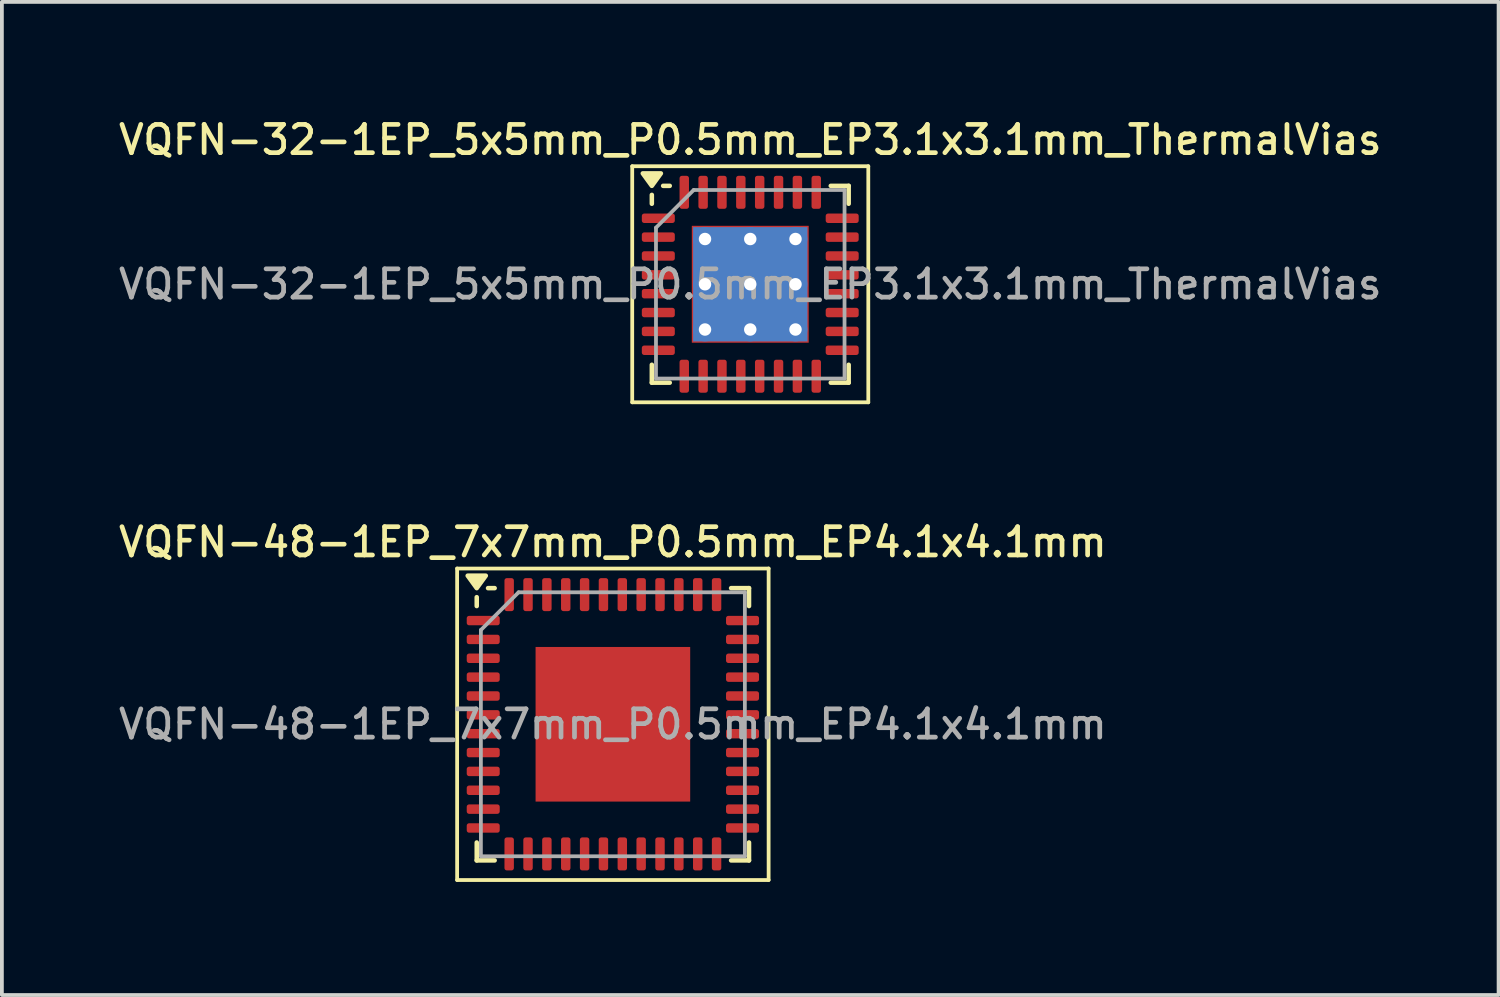
<source format=kicad_pcb>
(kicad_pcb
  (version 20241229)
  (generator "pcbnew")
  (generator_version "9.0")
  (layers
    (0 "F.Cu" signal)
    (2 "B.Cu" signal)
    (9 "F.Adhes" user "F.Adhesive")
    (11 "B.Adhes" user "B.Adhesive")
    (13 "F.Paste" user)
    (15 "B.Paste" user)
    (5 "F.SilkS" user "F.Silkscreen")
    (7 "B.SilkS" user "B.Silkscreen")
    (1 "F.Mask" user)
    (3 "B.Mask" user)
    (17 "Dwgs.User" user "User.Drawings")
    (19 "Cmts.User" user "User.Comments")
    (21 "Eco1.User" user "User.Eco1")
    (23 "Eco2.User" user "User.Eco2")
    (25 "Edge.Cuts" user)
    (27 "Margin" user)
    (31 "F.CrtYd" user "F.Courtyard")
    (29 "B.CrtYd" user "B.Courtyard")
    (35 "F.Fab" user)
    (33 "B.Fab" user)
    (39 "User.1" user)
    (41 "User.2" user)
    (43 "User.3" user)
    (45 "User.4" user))
  (footprint "VQFN-32-1EP_5x5mm_P0.5mm_EP3.1x3.1mm_ThermalVias"
    (layer "F.Cu")
    (at 16.845 4.488)
    (property "Reference" "VQFN-32-1EP_5x5mm_P0.5mm_EP3.1x3.1mm_ThermalVias" (at 0 -3.83 0) (layer "F.SilkS") (effects (font (size 0.75 0.75) (thickness 0.125))))
    (attr smd)
    (fp_line (start -3.13 -3.13) (end -3.13 3.13) (stroke (width 0.1) (type solid)) (layer "F.SilkS"))
    (fp_line (start -3.13 3.13) (end 3.13 3.13) (stroke (width 0.1) (type solid)) (layer "F.SilkS"))
    (fp_line (start -2.61 -2.135) (end -2.61 -2.37) (stroke (width 0.12) (type solid)) (layer "F.SilkS"))
    (fp_line (start -2.61 2.61) (end -2.61 2.135) (stroke (width 0.12) (type solid)) (layer "F.SilkS"))
    (fp_line (start -2.135 -2.61) (end -2.31 -2.61) (stroke (width 0.12) (type solid)) (layer "F.SilkS"))
    (fp_line (start -2.135 2.61) (end -2.61 2.61) (stroke (width 0.12) (type solid)) (layer "F.SilkS"))
    (fp_line (start 2.135 -2.61) (end 2.61 -2.61) (stroke (width 0.12) (type solid)) (layer "F.SilkS"))
    (fp_line (start 2.135 2.61) (end 2.61 2.61) (stroke (width 0.12) (type solid)) (layer "F.SilkS"))
    (fp_line (start 2.61 -2.61) (end 2.61 -2.135) (stroke (width 0.12) (type solid)) (layer "F.SilkS"))
    (fp_line (start 2.61 2.61) (end 2.61 2.135) (stroke (width 0.12) (type solid)) (layer "F.SilkS"))
    (fp_line (start 3.13 -3.13) (end -3.13 -3.13) (stroke (width 0.1) (type solid)) (layer "F.SilkS"))
    (fp_line (start 3.13 3.13) (end 3.13 -3.13) (stroke (width 0.1) (type solid)) (layer "F.SilkS"))
    (fp_poly (pts (xy -2.61 -2.61) (xy -2.85 -2.94) (xy -2.37 -2.94) (xy -2.61 -2.61)) (stroke (width 0.12) (type solid)) (fill yes) (layer "F.SilkS"))
    (fp_line (start -2.5 -1.5) (end -1.5 -2.5) (stroke (width 0.1) (type solid)) (layer "F.Fab"))
    (fp_line (start -2.5 2.5) (end -2.5 -1.5) (stroke (width 0.1) (type solid)) (layer "F.Fab"))
    (fp_line (start -1.5 -2.5) (end 2.5 -2.5) (stroke (width 0.1) (type solid)) (layer "F.Fab"))
    (fp_line (start 2.5 -2.5) (end 2.5 2.5) (stroke (width 0.1) (type solid)) (layer "F.Fab"))
    (fp_line (start 2.5 2.5) (end -2.5 2.5) (stroke (width 0.1) (type solid)) (layer "F.Fab"))
    (fp_text user "${REFERENCE}" (at 0 0 0) (layer "F.Fab") (effects (font (size 0.75 0.75) (thickness 0.125))))
    (pad "" smd roundrect (at -0.775 -0.775) (size 1.3 1.3) (layers "F.Paste") (roundrect_rratio 0.192))
    (pad "" smd roundrect (at -0.775 0.775) (size 1.3 1.3) (layers "F.Paste") (roundrect_rratio 0.192))
    (pad "" smd roundrect (at 0.775 -0.775) (size 1.3 1.3) (layers "F.Paste") (roundrect_rratio 0.192))
    (pad "" smd roundrect (at 0.775 0.775) (size 1.3 1.3) (layers "F.Paste") (roundrect_rratio 0.192))
    (pad "1" smd roundrect (at -2.438 -1.75) (size 0.875 0.25) (layers "F.Cu" "F.Mask" "F.Paste") (roundrect_rratio 0.25))
    (pad "2" smd roundrect (at -2.438 -1.25) (size 0.875 0.25) (layers "F.Cu" "F.Mask" "F.Paste") (roundrect_rratio 0.25))
    (pad "3" smd roundrect (at -2.438 -0.75) (size 0.875 0.25) (layers "F.Cu" "F.Mask" "F.Paste") (roundrect_rratio 0.25))
    (pad "4" smd roundrect (at -2.438 -0.25) (size 0.875 0.25) (layers "F.Cu" "F.Mask" "F.Paste") (roundrect_rratio 0.25))
    (pad "5" smd roundrect (at -2.438 0.25) (size 0.875 0.25) (layers "F.Cu" "F.Mask" "F.Paste") (roundrect_rratio 0.25))
    (pad "6" smd roundrect (at -2.438 0.75) (size 0.875 0.25) (layers "F.Cu" "F.Mask" "F.Paste") (roundrect_rratio 0.25))
    (pad "7" smd roundrect (at -2.438 1.25) (size 0.875 0.25) (layers "F.Cu" "F.Mask" "F.Paste") (roundrect_rratio 0.25))
    (pad "8" smd roundrect (at -2.438 1.75) (size 0.875 0.25) (layers "F.Cu" "F.Mask" "F.Paste") (roundrect_rratio 0.25))
    (pad "9" smd roundrect (at -1.75 2.438) (size 0.25 0.875) (layers "F.Cu" "F.Mask" "F.Paste") (roundrect_rratio 0.25))
    (pad "10" smd roundrect (at -1.25 2.438) (size 0.25 0.875) (layers "F.Cu" "F.Mask" "F.Paste") (roundrect_rratio 0.25))
    (pad "11" smd roundrect (at -0.75 2.438) (size 0.25 0.875) (layers "F.Cu" "F.Mask" "F.Paste") (roundrect_rratio 0.25))
    (pad "12" smd roundrect (at -0.25 2.438) (size 0.25 0.875) (layers "F.Cu" "F.Mask" "F.Paste") (roundrect_rratio 0.25))
    (pad "13" smd roundrect (at 0.25 2.438) (size 0.25 0.875) (layers "F.Cu" "F.Mask" "F.Paste") (roundrect_rratio 0.25))
    (pad "14" smd roundrect (at 0.75 2.438) (size 0.25 0.875) (layers "F.Cu" "F.Mask" "F.Paste") (roundrect_rratio 0.25))
    (pad "15" smd roundrect (at 1.25 2.438) (size 0.25 0.875) (layers "F.Cu" "F.Mask" "F.Paste") (roundrect_rratio 0.25))
    (pad "16" smd roundrect (at 1.75 2.438) (size 0.25 0.875) (layers "F.Cu" "F.Mask" "F.Paste") (roundrect_rratio 0.25))
    (pad "17" smd roundrect (at 2.438 1.75) (size 0.875 0.25) (layers "F.Cu" "F.Mask" "F.Paste") (roundrect_rratio 0.25))
    (pad "18" smd roundrect (at 2.438 1.25) (size 0.875 0.25) (layers "F.Cu" "F.Mask" "F.Paste") (roundrect_rratio 0.25))
    (pad "19" smd roundrect (at 2.438 0.75) (size 0.875 0.25) (layers "F.Cu" "F.Mask" "F.Paste") (roundrect_rratio 0.25))
    (pad "20" smd roundrect (at 2.438 0.25) (size 0.875 0.25) (layers "F.Cu" "F.Mask" "F.Paste") (roundrect_rratio 0.25))
    (pad "21" smd roundrect (at 2.438 -0.25) (size 0.875 0.25) (layers "F.Cu" "F.Mask" "F.Paste") (roundrect_rratio 0.25))
    (pad "22" smd roundrect (at 2.438 -0.75) (size 0.875 0.25) (layers "F.Cu" "F.Mask" "F.Paste") (roundrect_rratio 0.25))
    (pad "23" smd roundrect (at 2.438 -1.25) (size 0.875 0.25) (layers "F.Cu" "F.Mask" "F.Paste") (roundrect_rratio 0.25))
    (pad "24" smd roundrect (at 2.438 -1.75) (size 0.875 0.25) (layers "F.Cu" "F.Mask" "F.Paste") (roundrect_rratio 0.25))
    (pad "25" smd roundrect (at 1.75 -2.438) (size 0.25 0.875) (layers "F.Cu" "F.Mask" "F.Paste") (roundrect_rratio 0.25))
    (pad "26" smd roundrect (at 1.25 -2.438) (size 0.25 0.875) (layers "F.Cu" "F.Mask" "F.Paste") (roundrect_rratio 0.25))
    (pad "27" smd roundrect (at 0.75 -2.438) (size 0.25 0.875) (layers "F.Cu" "F.Mask" "F.Paste") (roundrect_rratio 0.25))
    (pad "28" smd roundrect (at 0.25 -2.438) (size 0.25 0.875) (layers "F.Cu" "F.Mask" "F.Paste") (roundrect_rratio 0.25))
    (pad "29" smd roundrect (at -0.25 -2.438) (size 0.25 0.875) (layers "F.Cu" "F.Mask" "F.Paste") (roundrect_rratio 0.25))
    (pad "30" smd roundrect (at -0.75 -2.438) (size 0.25 0.875) (layers "F.Cu" "F.Mask" "F.Paste") (roundrect_rratio 0.25))
    (pad "31" smd roundrect (at -1.25 -2.438) (size 0.25 0.875) (layers "F.Cu" "F.Mask" "F.Paste") (roundrect_rratio 0.25))
    (pad "32" smd roundrect (at -1.75 -2.438) (size 0.25 0.875) (layers "F.Cu" "F.Mask" "F.Paste") (roundrect_rratio 0.25))
    (pad "33" thru_hole circle (at -1.2 -1.2) (size 0.63 0.63) (drill 0.33) (property pad_prop_heatsink) (layers "*.Cu"))
    (pad "33" thru_hole circle (at -1.2 0) (size 0.63 0.63) (drill 0.33) (property pad_prop_heatsink) (layers "*.Cu"))
    (pad "33" thru_hole circle (at -1.2 1.2) (size 0.63 0.63) (drill 0.33) (property pad_prop_heatsink) (layers "*.Cu"))
    (pad "33" thru_hole circle (at 0 -1.2) (size 0.63 0.63) (drill 0.33) (property pad_prop_heatsink) (layers "*.Cu"))
    (pad "33" thru_hole circle (at 0 0) (size 0.63 0.63) (drill 0.33) (property pad_prop_heatsink) (layers "*.Cu"))
    (pad "33" smd rect (at 0 0) (size 3.03 3.03) (property pad_prop_heatsink) (layers "B.Cu"))
    (pad "33" smd rect (at 0 0) (size 3.1 3.1) (property pad_prop_heatsink) (layers "F.Cu" "F.Mask"))
    (pad "33" thru_hole circle (at 0 1.2) (size 0.63 0.63) (drill 0.33) (property pad_prop_heatsink) (layers "*.Cu"))
    (pad "33" thru_hole circle (at 1.2 -1.2) (size 0.63 0.63) (drill 0.33) (property pad_prop_heatsink) (layers "*.Cu"))
    (pad "33" thru_hole circle (at 1.2 0) (size 0.63 0.63) (drill 0.33) (property pad_prop_heatsink) (layers "*.Cu"))
    (pad "33" thru_hole circle (at 1.2 1.2) (size 0.63 0.63) (drill 0.33) (property pad_prop_heatsink) (layers "*.Cu")))
  (footprint "VQFN-48-1EP_7x7mm_P0.5mm_EP4.1x4.1mm"
    (layer "F.Cu")
    (at 13.202 16.156)
    (property "Reference" "VQFN-48-1EP_7x7mm_P0.5mm_EP4.1x4.1mm" (at 0 -4.83 0) (layer "F.SilkS") (effects (font (size 0.75 0.75) (thickness 0.125))))
    (attr smd)
    (fp_line (start -4.13 -4.13) (end -4.13 4.13) (stroke (width 0.1) (type solid)) (layer "F.SilkS"))
    (fp_line (start -4.13 4.13) (end 4.13 4.13) (stroke (width 0.1) (type solid)) (layer "F.SilkS"))
    (fp_line (start -3.61 -3.135) (end -3.61 -3.37) (stroke (width 0.12) (type solid)) (layer "F.SilkS"))
    (fp_line (start -3.61 3.61) (end -3.61 3.135) (stroke (width 0.12) (type solid)) (layer "F.SilkS"))
    (fp_line (start -3.135 -3.61) (end -3.31 -3.61) (stroke (width 0.12) (type solid)) (layer "F.SilkS"))
    (fp_line (start -3.135 3.61) (end -3.61 3.61) (stroke (width 0.12) (type solid)) (layer "F.SilkS"))
    (fp_line (start 3.135 -3.61) (end 3.61 -3.61) (stroke (width 0.12) (type solid)) (layer "F.SilkS"))
    (fp_line (start 3.135 3.61) (end 3.61 3.61) (stroke (width 0.12) (type solid)) (layer "F.SilkS"))
    (fp_line (start 3.61 -3.61) (end 3.61 -3.135) (stroke (width 0.12) (type solid)) (layer "F.SilkS"))
    (fp_line (start 3.61 3.61) (end 3.61 3.135) (stroke (width 0.12) (type solid)) (layer "F.SilkS"))
    (fp_line (start 4.13 -4.13) (end -4.13 -4.13) (stroke (width 0.1) (type solid)) (layer "F.SilkS"))
    (fp_line (start 4.13 4.13) (end 4.13 -4.13) (stroke (width 0.1) (type solid)) (layer "F.SilkS"))
    (fp_poly (pts (xy -3.61 -3.61) (xy -3.85 -3.94) (xy -3.37 -3.94) (xy -3.61 -3.61)) (stroke (width 0.12) (type solid)) (fill yes) (layer "F.SilkS"))
    (fp_line (start -3.5 -2.5) (end -2.5 -3.5) (stroke (width 0.1) (type solid)) (layer "F.Fab"))
    (fp_line (start -3.5 3.5) (end -3.5 -2.5) (stroke (width 0.1) (type solid)) (layer "F.Fab"))
    (fp_line (start -2.5 -3.5) (end 3.5 -3.5) (stroke (width 0.1) (type solid)) (layer "F.Fab"))
    (fp_line (start 3.5 -3.5) (end 3.5 3.5) (stroke (width 0.1) (type solid)) (layer "F.Fab"))
    (fp_line (start 3.5 3.5) (end -3.5 3.5) (stroke (width 0.1) (type solid)) (layer "F.Fab"))
    (fp_text user "${REFERENCE}" (at 0 0 0) (layer "F.Fab") (effects (font (size 0.75 0.75) (thickness 0.125))))
    (pad "" smd roundrect (at -1.37 -1.37) (size 1.1 1.1) (layers "F.Paste") (roundrect_rratio 0.227))
    (pad "" smd roundrect (at -1.37 0) (size 1.1 1.1) (layers "F.Paste") (roundrect_rratio 0.227))
    (pad "" smd roundrect (at -1.37 1.37) (size 1.1 1.1) (layers "F.Paste") (roundrect_rratio 0.227))
    (pad "" smd roundrect (at 0 -1.37) (size 1.1 1.1) (layers "F.Paste") (roundrect_rratio 0.227))
    (pad "" smd roundrect (at 0 0) (size 1.1 1.1) (layers "F.Paste") (roundrect_rratio 0.227))
    (pad "" smd roundrect (at 0 1.37) (size 1.1 1.1) (layers "F.Paste") (roundrect_rratio 0.227))
    (pad "" smd roundrect (at 1.37 -1.37) (size 1.1 1.1) (layers "F.Paste") (roundrect_rratio 0.227))
    (pad "" smd roundrect (at 1.37 0) (size 1.1 1.1) (layers "F.Paste") (roundrect_rratio 0.227))
    (pad "" smd roundrect (at 1.37 1.37) (size 1.1 1.1) (layers "F.Paste") (roundrect_rratio 0.227))
    (pad "1" smd roundrect (at -3.438 -2.75) (size 0.875 0.25) (layers "F.Cu" "F.Mask" "F.Paste") (roundrect_rratio 0.25))
    (pad "2" smd roundrect (at -3.438 -2.25) (size 0.875 0.25) (layers "F.Cu" "F.Mask" "F.Paste") (roundrect_rratio 0.25))
    (pad "3" smd roundrect (at -3.438 -1.75) (size 0.875 0.25) (layers "F.Cu" "F.Mask" "F.Paste") (roundrect_rratio 0.25))
    (pad "4" smd roundrect (at -3.438 -1.25) (size 0.875 0.25) (layers "F.Cu" "F.Mask" "F.Paste") (roundrect_rratio 0.25))
    (pad "5" smd roundrect (at -3.438 -0.75) (size 0.875 0.25) (layers "F.Cu" "F.Mask" "F.Paste") (roundrect_rratio 0.25))
    (pad "6" smd roundrect (at -3.438 -0.25) (size 0.875 0.25) (layers "F.Cu" "F.Mask" "F.Paste") (roundrect_rratio 0.25))
    (pad "7" smd roundrect (at -3.438 0.25) (size 0.875 0.25) (layers "F.Cu" "F.Mask" "F.Paste") (roundrect_rratio 0.25))
    (pad "8" smd roundrect (at -3.438 0.75) (size 0.875 0.25) (layers "F.Cu" "F.Mask" "F.Paste") (roundrect_rratio 0.25))
    (pad "9" smd roundrect (at -3.438 1.25) (size 0.875 0.25) (layers "F.Cu" "F.Mask" "F.Paste") (roundrect_rratio 0.25))
    (pad "10" smd roundrect (at -3.438 1.75) (size 0.875 0.25) (layers "F.Cu" "F.Mask" "F.Paste") (roundrect_rratio 0.25))
    (pad "11" smd roundrect (at -3.438 2.25) (size 0.875 0.25) (layers "F.Cu" "F.Mask" "F.Paste") (roundrect_rratio 0.25))
    (pad "12" smd roundrect (at -3.438 2.75) (size 0.875 0.25) (layers "F.Cu" "F.Mask" "F.Paste") (roundrect_rratio 0.25))
    (pad "13" smd roundrect (at -2.75 3.438) (size 0.25 0.875) (layers "F.Cu" "F.Mask" "F.Paste") (roundrect_rratio 0.25))
    (pad "14" smd roundrect (at -2.25 3.438) (size 0.25 0.875) (layers "F.Cu" "F.Mask" "F.Paste") (roundrect_rratio 0.25))
    (pad "15" smd roundrect (at -1.75 3.438) (size 0.25 0.875) (layers "F.Cu" "F.Mask" "F.Paste") (roundrect_rratio 0.25))
    (pad "16" smd roundrect (at -1.25 3.438) (size 0.25 0.875) (layers "F.Cu" "F.Mask" "F.Paste") (roundrect_rratio 0.25))
    (pad "17" smd roundrect (at -0.75 3.438) (size 0.25 0.875) (layers "F.Cu" "F.Mask" "F.Paste") (roundrect_rratio 0.25))
    (pad "18" smd roundrect (at -0.25 3.438) (size 0.25 0.875) (layers "F.Cu" "F.Mask" "F.Paste") (roundrect_rratio 0.25))
    (pad "19" smd roundrect (at 0.25 3.438) (size 0.25 0.875) (layers "F.Cu" "F.Mask" "F.Paste") (roundrect_rratio 0.25))
    (pad "20" smd roundrect (at 0.75 3.438) (size 0.25 0.875) (layers "F.Cu" "F.Mask" "F.Paste") (roundrect_rratio 0.25))
    (pad "21" smd roundrect (at 1.25 3.438) (size 0.25 0.875) (layers "F.Cu" "F.Mask" "F.Paste") (roundrect_rratio 0.25))
    (pad "22" smd roundrect (at 1.75 3.438) (size 0.25 0.875) (layers "F.Cu" "F.Mask" "F.Paste") (roundrect_rratio 0.25))
    (pad "23" smd roundrect (at 2.25 3.438) (size 0.25 0.875) (layers "F.Cu" "F.Mask" "F.Paste") (roundrect_rratio 0.25))
    (pad "24" smd roundrect (at 2.75 3.438) (size 0.25 0.875) (layers "F.Cu" "F.Mask" "F.Paste") (roundrect_rratio 0.25))
    (pad "25" smd roundrect (at 3.438 2.75) (size 0.875 0.25) (layers "F.Cu" "F.Mask" "F.Paste") (roundrect_rratio 0.25))
    (pad "26" smd roundrect (at 3.438 2.25) (size 0.875 0.25) (layers "F.Cu" "F.Mask" "F.Paste") (roundrect_rratio 0.25))
    (pad "27" smd roundrect (at 3.438 1.75) (size 0.875 0.25) (layers "F.Cu" "F.Mask" "F.Paste") (roundrect_rratio 0.25))
    (pad "28" smd roundrect (at 3.438 1.25) (size 0.875 0.25) (layers "F.Cu" "F.Mask" "F.Paste") (roundrect_rratio 0.25))
    (pad "29" smd roundrect (at 3.438 0.75) (size 0.875 0.25) (layers "F.Cu" "F.Mask" "F.Paste") (roundrect_rratio 0.25))
    (pad "30" smd roundrect (at 3.438 0.25) (size 0.875 0.25) (layers "F.Cu" "F.Mask" "F.Paste") (roundrect_rratio 0.25))
    (pad "31" smd roundrect (at 3.438 -0.25) (size 0.875 0.25) (layers "F.Cu" "F.Mask" "F.Paste") (roundrect_rratio 0.25))
    (pad "32" smd roundrect (at 3.438 -0.75) (size 0.875 0.25) (layers "F.Cu" "F.Mask" "F.Paste") (roundrect_rratio 0.25))
    (pad "33" smd roundrect (at 3.438 -1.25) (size 0.875 0.25) (layers "F.Cu" "F.Mask" "F.Paste") (roundrect_rratio 0.25))
    (pad "34" smd roundrect (at 3.438 -1.75) (size 0.875 0.25) (layers "F.Cu" "F.Mask" "F.Paste") (roundrect_rratio 0.25))
    (pad "35" smd roundrect (at 3.438 -2.25) (size 0.875 0.25) (layers "F.Cu" "F.Mask" "F.Paste") (roundrect_rratio 0.25))
    (pad "36" smd roundrect (at 3.438 -2.75) (size 0.875 0.25) (layers "F.Cu" "F.Mask" "F.Paste") (roundrect_rratio 0.25))
    (pad "37" smd roundrect (at 2.75 -3.438) (size 0.25 0.875) (layers "F.Cu" "F.Mask" "F.Paste") (roundrect_rratio 0.25))
    (pad "38" smd roundrect (at 2.25 -3.438) (size 0.25 0.875) (layers "F.Cu" "F.Mask" "F.Paste") (roundrect_rratio 0.25))
    (pad "39" smd roundrect (at 1.75 -3.438) (size 0.25 0.875) (layers "F.Cu" "F.Mask" "F.Paste") (roundrect_rratio 0.25))
    (pad "40" smd roundrect (at 1.25 -3.438) (size 0.25 0.875) (layers "F.Cu" "F.Mask" "F.Paste") (roundrect_rratio 0.25))
    (pad "41" smd roundrect (at 0.75 -3.438) (size 0.25 0.875) (layers "F.Cu" "F.Mask" "F.Paste") (roundrect_rratio 0.25))
    (pad "42" smd roundrect (at 0.25 -3.438) (size 0.25 0.875) (layers "F.Cu" "F.Mask" "F.Paste") (roundrect_rratio 0.25))
    (pad "43" smd roundrect (at -0.25 -3.438) (size 0.25 0.875) (layers "F.Cu" "F.Mask" "F.Paste") (roundrect_rratio 0.25))
    (pad "44" smd roundrect (at -0.75 -3.438) (size 0.25 0.875) (layers "F.Cu" "F.Mask" "F.Paste") (roundrect_rratio 0.25))
    (pad "45" smd roundrect (at -1.25 -3.438) (size 0.25 0.875) (layers "F.Cu" "F.Mask" "F.Paste") (roundrect_rratio 0.25))
    (pad "46" smd roundrect (at -1.75 -3.438) (size 0.25 0.875) (layers "F.Cu" "F.Mask" "F.Paste") (roundrect_rratio 0.25))
    (pad "47" smd roundrect (at -2.25 -3.438) (size 0.25 0.875) (layers "F.Cu" "F.Mask" "F.Paste") (roundrect_rratio 0.25))
    (pad "48" smd roundrect (at -2.75 -3.438) (size 0.25 0.875) (layers "F.Cu" "F.Mask" "F.Paste") (roundrect_rratio 0.25))
    (pad "49" smd rect (at 0 0) (size 4.1 4.1) (property pad_prop_heatsink) (layers "F.Cu" "F.Mask")))
  (gr_rect
    (start -3 -3)
    (end 36.689 23.336)
    (stroke (width 0.1) (type default))
    (fill no)
    (layer "Edge.Cuts")))
</source>
